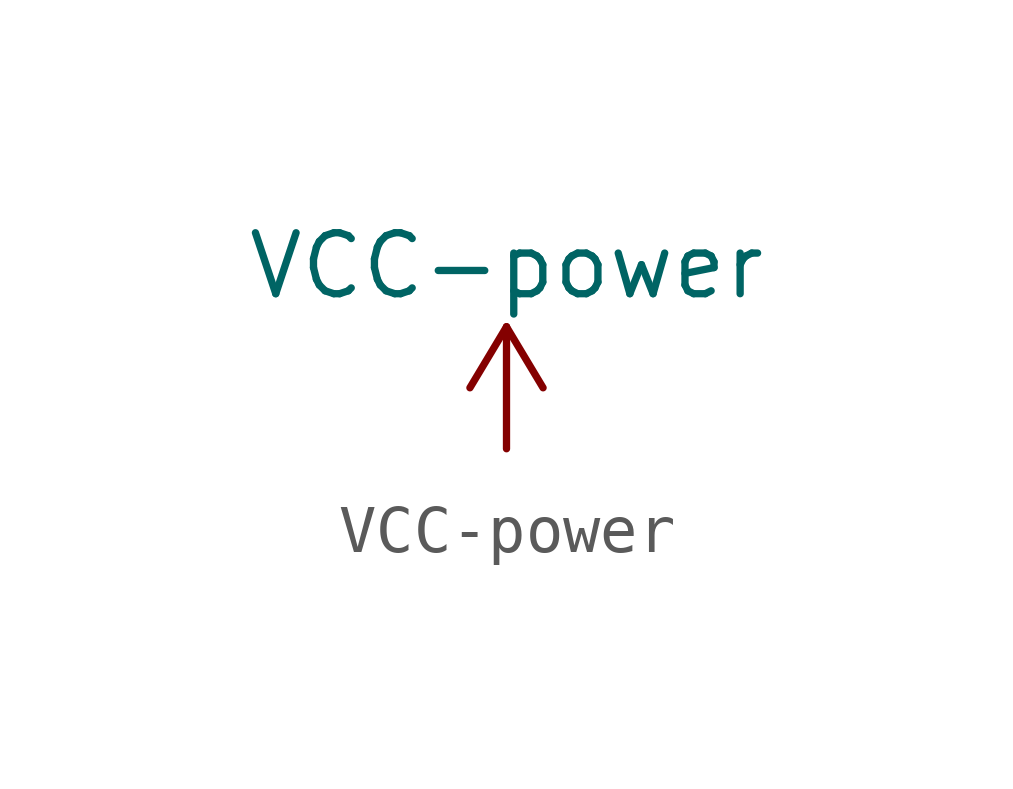
<source format=kicad_sym>
(kicad_symbol_lib
  (version 20220914)
  (generator kicad_symbol_editor)
  (symbol "VCC-power"
    (power)
    (pin_names
      (offset 0))
    (property "Reference" "#PWR"
      (at 0 -3.81 0)
      (effects (font (size 1.27 1.27)) hide))
    (property "Value" "VCC-power"
      (at 0 3.81 0)
      (effects (font (size 1.27 1.27))))
    (symbol "VCC-power_0_1"
      (polyline (pts (xy -0.762 1.27) (xy 0 2.54)) (stroke (width 0) (type solid)) (fill (type none)))
      (polyline (pts (xy 0 0) (xy 0 2.54)) (stroke (width 0) (type solid)) (fill (type none)))
      (polyline (pts (xy 0 2.54) (xy 0.762 1.27)) (stroke (width 0) (type solid)) (fill (type none))))
    (symbol "VCC-power_1_1"
      (pin power_in line (at 0 0 90) (length 0) hide (name "VCC" (effects (font (size 1.27 1.27)))) (number "1" (effects (font (size 1.27 1.27))))))))
</source>
